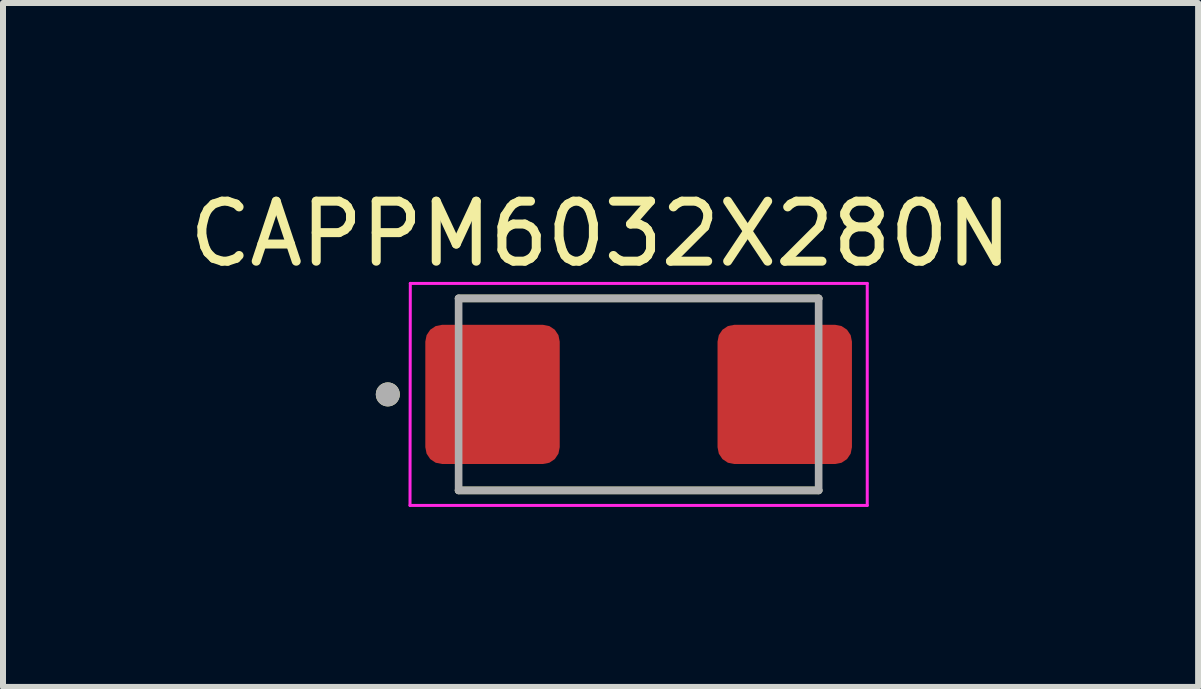
<source format=kicad_pcb>
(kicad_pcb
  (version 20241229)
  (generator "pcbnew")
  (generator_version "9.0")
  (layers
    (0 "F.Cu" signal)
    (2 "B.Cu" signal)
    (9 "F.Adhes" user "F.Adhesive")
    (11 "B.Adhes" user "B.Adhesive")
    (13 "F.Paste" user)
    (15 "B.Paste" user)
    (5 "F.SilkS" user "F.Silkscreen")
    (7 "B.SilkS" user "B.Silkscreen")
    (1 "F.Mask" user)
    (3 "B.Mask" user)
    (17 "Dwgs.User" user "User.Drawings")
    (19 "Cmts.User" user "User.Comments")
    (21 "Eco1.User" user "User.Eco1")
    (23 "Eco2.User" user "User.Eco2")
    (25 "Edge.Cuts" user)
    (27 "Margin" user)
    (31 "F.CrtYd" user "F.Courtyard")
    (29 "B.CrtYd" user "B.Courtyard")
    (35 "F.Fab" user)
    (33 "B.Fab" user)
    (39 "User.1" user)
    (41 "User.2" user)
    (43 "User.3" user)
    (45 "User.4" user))
  (footprint "CAPPM6032X280N"
    (layer "F.Cu")
    (at 7.593 3.523)
    (property "Reference" "CAPPM6032X280N" (at -0.635 -2.675 0) (layer "F.SilkS") (effects (font (size 1 1) (thickness 0.15))))
    (attr smd)
    (fp_line (start -3 1.6) (end 3 1.6) (stroke (width 0.127) (type solid)) (layer "F.SilkS"))
    (fp_line (start 3 -1.6) (end -3 -1.6) (stroke (width 0.127) (type solid)) (layer "F.SilkS"))
    (fp_circle (center -4.18 0) (end -4.08 0) (stroke (width 0.2) (type solid)) (fill no) (layer "F.SilkS"))
    (fp_line (start -3.81 1.85) (end 3.81 1.85) (stroke (width 0.05) (type solid)) (layer "F.CrtYd"))
    (fp_line (start -3.805 -1.85) (end -3.81 1.85) (stroke (width 0.05) (type solid)) (layer "F.CrtYd"))
    (fp_line (start 3.81 -1.85) (end -3.805 -1.85) (stroke (width 0.05) (type solid)) (layer "F.CrtYd"))
    (fp_line (start 3.81 1.85) (end 3.81 -1.85) (stroke (width 0.05) (type solid)) (layer "F.CrtYd"))
    (fp_line (start -3 -1.6) (end -3 1.6) (stroke (width 0.127) (type solid)) (layer "F.Fab"))
    (fp_line (start -3 1.6) (end 3 1.6) (stroke (width 0.127) (type solid)) (layer "F.Fab"))
    (fp_line (start 3 -1.6) (end -3 -1.6) (stroke (width 0.127) (type solid)) (layer "F.Fab"))
    (fp_line (start 3 1.6) (end 3 -1.6) (stroke (width 0.127) (type solid)) (layer "F.Fab"))
    (fp_circle (center -4.18 0) (end -4.08 0) (stroke (width 0.2) (type solid)) (fill no) (layer "F.Fab"))
    (pad "1" smd roundrect (at -2.435 0) (size 2.24 2.32) (layers "F.Cu" "F.Mask" "F.Paste") (roundrect_rratio 0.125))
    (pad "2" smd roundrect (at 2.435 0) (size 2.24 2.32) (layers "F.Cu" "F.Mask" "F.Paste") (roundrect_rratio 0.125)))
  (gr_rect
    (start -3 -3)
    (end 16.917 8.398)
    (stroke (width 0.1) (type default))
    (fill no)
    (layer "Edge.Cuts")))
</source>
